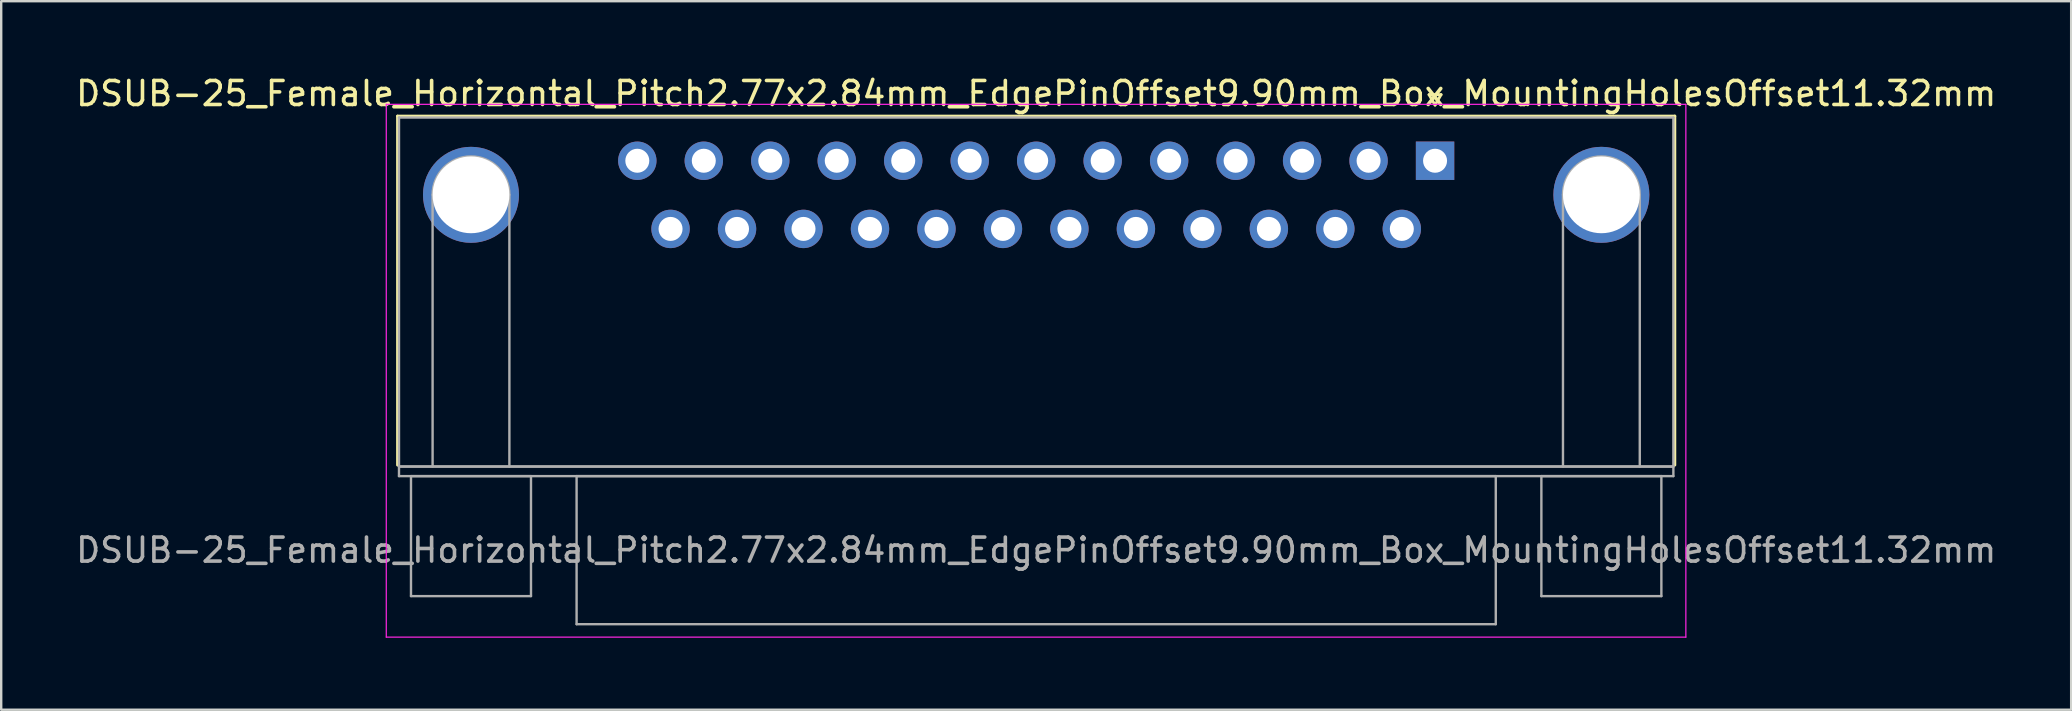
<source format=kicad_pcb>
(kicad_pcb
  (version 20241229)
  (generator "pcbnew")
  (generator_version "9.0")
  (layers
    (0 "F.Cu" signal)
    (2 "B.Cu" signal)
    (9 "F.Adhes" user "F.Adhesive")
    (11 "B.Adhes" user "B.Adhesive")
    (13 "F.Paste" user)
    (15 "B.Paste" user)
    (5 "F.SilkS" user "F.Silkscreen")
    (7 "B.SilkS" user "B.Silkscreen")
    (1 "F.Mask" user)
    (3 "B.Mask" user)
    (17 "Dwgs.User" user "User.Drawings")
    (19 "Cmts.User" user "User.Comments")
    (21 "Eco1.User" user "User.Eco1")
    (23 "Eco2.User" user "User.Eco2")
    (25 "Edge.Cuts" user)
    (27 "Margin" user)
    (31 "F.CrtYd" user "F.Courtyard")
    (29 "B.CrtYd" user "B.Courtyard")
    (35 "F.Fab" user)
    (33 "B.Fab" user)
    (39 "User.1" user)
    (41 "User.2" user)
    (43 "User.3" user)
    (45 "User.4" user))
  (footprint "DSUB-25_Female_Horizontal_Pitch2.77x2.84mm_EdgePinOffset9.90mm_Box_MountingHolesOffset11.32mm"
    (layer "F.Cu")
    (at 56.745 3.648)
    (property "Reference" "DSUB-25_Female_Horizontal_Pitch2.77x2.84mm_EdgePinOffset9.90mm_Box_MountingHolesOffset11.32mm" (at -16.62 -2.8 0) (layer "F.SilkS") (effects (font (size 1 1) (thickness 0.15))))
    (attr through_hole)
    (fp_line (start -43.23 -1.86) (end 9.99 -1.86) (stroke (width 0.12) (type solid)) (layer "F.SilkS"))
    (fp_line (start -43.23 12.68) (end -43.23 -1.86) (stroke (width 0.12) (type solid)) (layer "F.SilkS"))
    (fp_line (start -0.25 -2.754) (end 0.25 -2.754) (stroke (width 0.12) (type solid)) (layer "F.SilkS"))
    (fp_line (start 0 -2.321) (end -0.25 -2.754) (stroke (width 0.12) (type solid)) (layer "F.SilkS"))
    (fp_line (start 0.25 -2.754) (end 0 -2.321) (stroke (width 0.12) (type solid)) (layer "F.SilkS"))
    (fp_line (start 9.99 -1.86) (end 9.99 12.68) (stroke (width 0.12) (type solid)) (layer "F.SilkS"))
    (fp_line (start -43.7 -2.35) (end -43.7 19.85) (stroke (width 0.05) (type solid)) (layer "F.CrtYd"))
    (fp_line (start -43.7 19.85) (end 10.45 19.85) (stroke (width 0.05) (type solid)) (layer "F.CrtYd"))
    (fp_line (start 10.45 -2.35) (end -43.7 -2.35) (stroke (width 0.05) (type solid)) (layer "F.CrtYd"))
    (fp_line (start 10.45 19.85) (end 10.45 -2.35) (stroke (width 0.05) (type solid)) (layer "F.CrtYd"))
    (fp_line (start -43.17 -1.8) (end -43.17 12.74) (stroke (width 0.1) (type solid)) (layer "F.Fab"))
    (fp_line (start -43.17 12.74) (end -43.17 13.14) (stroke (width 0.1) (type solid)) (layer "F.Fab"))
    (fp_line (start -43.17 12.74) (end 9.93 12.74) (stroke (width 0.1) (type solid)) (layer "F.Fab"))
    (fp_line (start -43.17 13.14) (end 9.93 13.14) (stroke (width 0.1) (type solid)) (layer "F.Fab"))
    (fp_line (start -42.67 13.14) (end -42.67 18.14) (stroke (width 0.1) (type solid)) (layer "F.Fab"))
    (fp_line (start -42.67 18.14) (end -37.67 18.14) (stroke (width 0.1) (type solid)) (layer "F.Fab"))
    (fp_line (start -41.77 12.74) (end -41.77 1.42) (stroke (width 0.1) (type solid)) (layer "F.Fab"))
    (fp_line (start -38.57 12.74) (end -38.57 1.42) (stroke (width 0.1) (type solid)) (layer "F.Fab"))
    (fp_line (start -37.67 13.14) (end -42.67 13.14) (stroke (width 0.1) (type solid)) (layer "F.Fab"))
    (fp_line (start -37.67 18.14) (end -37.67 13.14) (stroke (width 0.1) (type solid)) (layer "F.Fab"))
    (fp_line (start -35.77 13.14) (end -35.77 19.31) (stroke (width 0.1) (type solid)) (layer "F.Fab"))
    (fp_line (start -35.77 19.31) (end 2.53 19.31) (stroke (width 0.1) (type solid)) (layer "F.Fab"))
    (fp_line (start 2.53 13.14) (end -35.77 13.14) (stroke (width 0.1) (type solid)) (layer "F.Fab"))
    (fp_line (start 2.53 19.31) (end 2.53 13.14) (stroke (width 0.1) (type solid)) (layer "F.Fab"))
    (fp_line (start 4.43 13.14) (end 4.43 18.14) (stroke (width 0.1) (type solid)) (layer "F.Fab"))
    (fp_line (start 4.43 18.14) (end 9.43 18.14) (stroke (width 0.1) (type solid)) (layer "F.Fab"))
    (fp_line (start 5.33 12.74) (end 5.33 1.42) (stroke (width 0.1) (type solid)) (layer "F.Fab"))
    (fp_line (start 8.53 12.74) (end 8.53 1.42) (stroke (width 0.1) (type solid)) (layer "F.Fab"))
    (fp_line (start 9.43 13.14) (end 4.43 13.14) (stroke (width 0.1) (type solid)) (layer "F.Fab"))
    (fp_line (start 9.43 18.14) (end 9.43 13.14) (stroke (width 0.1) (type solid)) (layer "F.Fab"))
    (fp_line (start 9.93 -1.8) (end -43.17 -1.8) (stroke (width 0.1) (type solid)) (layer "F.Fab"))
    (fp_line (start 9.93 12.74) (end -43.17 12.74) (stroke (width 0.1) (type solid)) (layer "F.Fab"))
    (fp_line (start 9.93 12.74) (end 9.93 -1.8) (stroke (width 0.1) (type solid)) (layer "F.Fab"))
    (fp_line (start 9.93 13.14) (end 9.93 12.74) (stroke (width 0.1) (type solid)) (layer "F.Fab"))
    (fp_arc (start -41.77 1.42) (mid -40.17 -0.18) (end -38.57 1.42) (stroke (width 0.1) (type solid)) (layer "F.Fab"))
    (fp_arc (start 5.33 1.42) (mid 6.93 -0.18) (end 8.53 1.42) (stroke (width 0.1) (type solid)) (layer "F.Fab"))
    (fp_text user "${REFERENCE}" (at -16.62 16.225 0) (layer "F.Fab") (effects (font (size 1 1) (thickness 0.15))))
    (pad "0" thru_hole circle (at -40.17 1.42) (size 4 4) (drill 3.2) (layers "*.Cu" "*.Mask"))
    (pad "0" thru_hole circle (at 6.93 1.42) (size 4 4) (drill 3.2) (layers "*.Cu" "*.Mask"))
    (pad "1" thru_hole rect (at 0 0) (size 1.6 1.6) (drill 1) (layers "*.Cu" "*.Mask"))
    (pad "2" thru_hole circle (at -2.77 0) (size 1.6 1.6) (drill 1) (layers "*.Cu" "*.Mask"))
    (pad "3" thru_hole circle (at -5.54 0) (size 1.6 1.6) (drill 1) (layers "*.Cu" "*.Mask"))
    (pad "4" thru_hole circle (at -8.31 0) (size 1.6 1.6) (drill 1) (layers "*.Cu" "*.Mask"))
    (pad "5" thru_hole circle (at -11.08 0) (size 1.6 1.6) (drill 1) (layers "*.Cu" "*.Mask"))
    (pad "6" thru_hole circle (at -13.85 0) (size 1.6 1.6) (drill 1) (layers "*.Cu" "*.Mask"))
    (pad "7" thru_hole circle (at -16.62 0) (size 1.6 1.6) (drill 1) (layers "*.Cu" "*.Mask"))
    (pad "8" thru_hole circle (at -19.39 0) (size 1.6 1.6) (drill 1) (layers "*.Cu" "*.Mask"))
    (pad "9" thru_hole circle (at -22.16 0) (size 1.6 1.6) (drill 1) (layers "*.Cu" "*.Mask"))
    (pad "10" thru_hole circle (at -24.93 0) (size 1.6 1.6) (drill 1) (layers "*.Cu" "*.Mask"))
    (pad "11" thru_hole circle (at -27.7 0) (size 1.6 1.6) (drill 1) (layers "*.Cu" "*.Mask"))
    (pad "12" thru_hole circle (at -30.47 0) (size 1.6 1.6) (drill 1) (layers "*.Cu" "*.Mask"))
    (pad "13" thru_hole circle (at -33.24 0) (size 1.6 1.6) (drill 1) (layers "*.Cu" "*.Mask"))
    (pad "14" thru_hole circle (at -1.385 2.84) (size 1.6 1.6) (drill 1) (layers "*.Cu" "*.Mask"))
    (pad "15" thru_hole circle (at -4.155 2.84) (size 1.6 1.6) (drill 1) (layers "*.Cu" "*.Mask"))
    (pad "16" thru_hole circle (at -6.925 2.84) (size 1.6 1.6) (drill 1) (layers "*.Cu" "*.Mask"))
    (pad "17" thru_hole circle (at -9.695 2.84) (size 1.6 1.6) (drill 1) (layers "*.Cu" "*.Mask"))
    (pad "18" thru_hole circle (at -12.465 2.84) (size 1.6 1.6) (drill 1) (layers "*.Cu" "*.Mask"))
    (pad "19" thru_hole circle (at -15.235 2.84) (size 1.6 1.6) (drill 1) (layers "*.Cu" "*.Mask"))
    (pad "20" thru_hole circle (at -18.005 2.84) (size 1.6 1.6) (drill 1) (layers "*.Cu" "*.Mask"))
    (pad "21" thru_hole circle (at -20.775 2.84) (size 1.6 1.6) (drill 1) (layers "*.Cu" "*.Mask"))
    (pad "22" thru_hole circle (at -23.545 2.84) (size 1.6 1.6) (drill 1) (layers "*.Cu" "*.Mask"))
    (pad "23" thru_hole circle (at -26.315 2.84) (size 1.6 1.6) (drill 1) (layers "*.Cu" "*.Mask"))
    (pad "24" thru_hole circle (at -29.085 2.84) (size 1.6 1.6) (drill 1) (layers "*.Cu" "*.Mask"))
    (pad "25" thru_hole circle (at -31.855 2.84) (size 1.6 1.6) (drill 1) (layers "*.Cu" "*.Mask")))
  (gr_rect
    (start -3 -3)
    (end 83.25 26.523)
    (stroke (width 0.1) (type default))
    (fill no)
    (layer "Edge.Cuts")))
</source>
